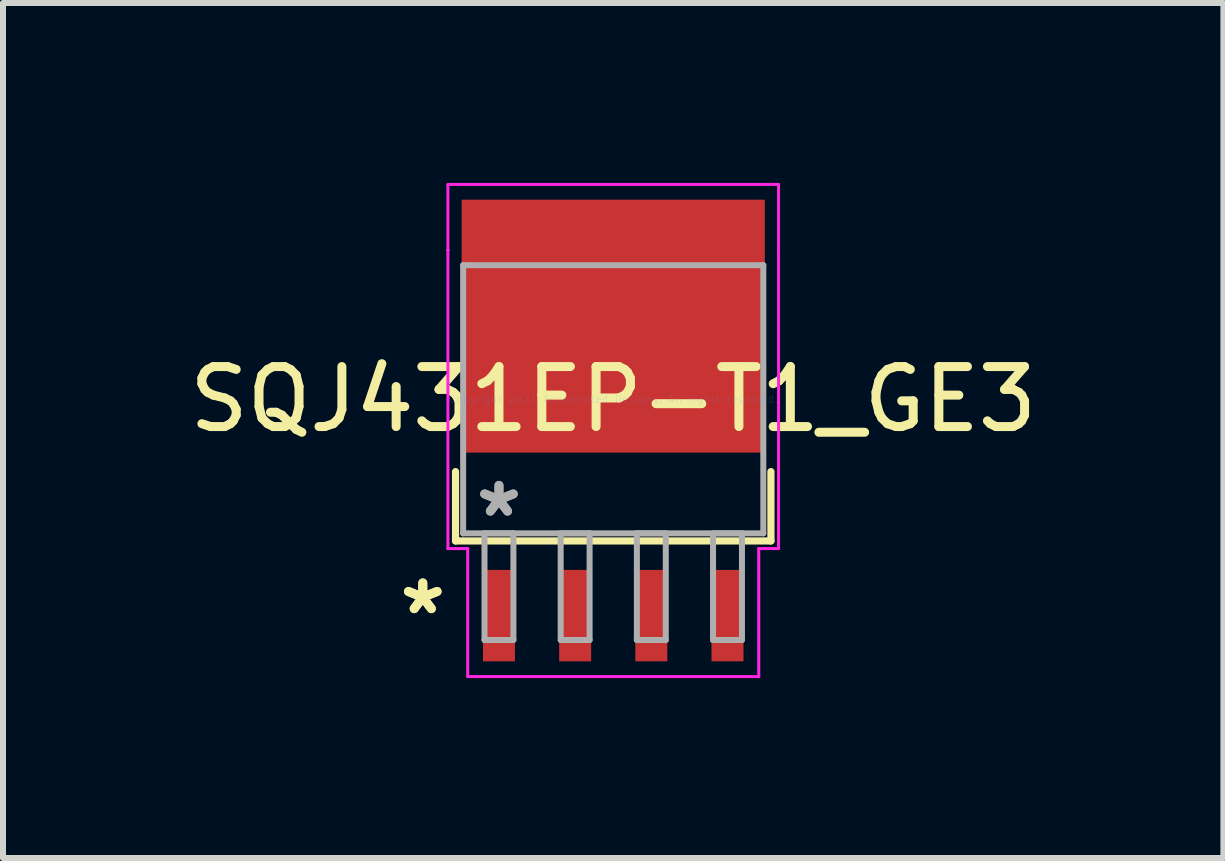
<source format=kicad_pcb>
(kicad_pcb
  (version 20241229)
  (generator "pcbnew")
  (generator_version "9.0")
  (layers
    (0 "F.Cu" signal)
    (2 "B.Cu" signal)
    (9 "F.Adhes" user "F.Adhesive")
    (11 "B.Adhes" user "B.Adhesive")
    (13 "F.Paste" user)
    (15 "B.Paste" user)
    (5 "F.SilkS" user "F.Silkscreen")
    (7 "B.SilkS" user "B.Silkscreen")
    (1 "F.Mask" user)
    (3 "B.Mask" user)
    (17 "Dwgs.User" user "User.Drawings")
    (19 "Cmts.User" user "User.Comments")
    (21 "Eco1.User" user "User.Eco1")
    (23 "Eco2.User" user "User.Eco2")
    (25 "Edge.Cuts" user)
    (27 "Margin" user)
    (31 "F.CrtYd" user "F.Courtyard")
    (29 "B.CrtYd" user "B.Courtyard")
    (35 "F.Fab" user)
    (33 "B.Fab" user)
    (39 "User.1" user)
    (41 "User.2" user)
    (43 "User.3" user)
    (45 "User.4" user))
  (footprint "SQJ431EP-T1_GE3"
    (layer "F.Cu")
    (at 7.173 3.606)
    (property "Reference" "SQJ431EP-T1_GE3" (at 0 0 0) (layer "F.SilkS") (effects (font (size 1 1) (thickness 0.15))))
    (attr through_hole)
    (fp_line (start -2.629 1.206) (end -2.629 2.362) (stroke (width 0.12) (type solid)) (layer "F.SilkS"))
    (fp_line (start -2.629 2.362) (end 2.629 2.362) (stroke (width 0.12) (type solid)) (layer "F.SilkS"))
    (fp_line (start 2.629 2.362) (end 2.629 1.206) (stroke (width 0.12) (type solid)) (layer "F.SilkS"))
    (fp_line (start -2.756 -3.581) (end 2.756 -3.581) (stroke (width 0.05) (type solid)) (layer "F.CrtYd"))
    (fp_line (start -2.756 -2.489) (end -2.756 -3.581) (stroke (width 0.05) (type solid)) (layer "F.CrtYd"))
    (fp_line (start -2.756 -2.489) (end -2.756 -2.489) (stroke (width 0.05) (type solid)) (layer "F.CrtYd"))
    (fp_line (start -2.756 2.489) (end -2.756 -2.489) (stroke (width 0.05) (type solid)) (layer "F.CrtYd"))
    (fp_line (start -2.426 2.489) (end -2.756 2.489) (stroke (width 0.05) (type solid)) (layer "F.CrtYd"))
    (fp_line (start -2.426 4.623) (end -2.426 2.489) (stroke (width 0.05) (type solid)) (layer "F.CrtYd"))
    (fp_line (start 2.426 2.489) (end 2.426 4.623) (stroke (width 0.05) (type solid)) (layer "F.CrtYd"))
    (fp_line (start 2.426 4.623) (end -2.426 4.623) (stroke (width 0.05) (type solid)) (layer "F.CrtYd"))
    (fp_line (start 2.756 -3.581) (end 2.756 -2.489) (stroke (width 0.05) (type solid)) (layer "F.CrtYd"))
    (fp_line (start 2.756 -2.489) (end 2.756 -2.489) (stroke (width 0.05) (type solid)) (layer "F.CrtYd"))
    (fp_line (start 2.756 -2.489) (end 2.756 2.489) (stroke (width 0.05) (type solid)) (layer "F.CrtYd"))
    (fp_line (start 2.756 2.489) (end 2.426 2.489) (stroke (width 0.05) (type solid)) (layer "F.CrtYd"))
    (fp_line (start -2.502 -2.235) (end -2.502 2.235) (stroke (width 0.1) (type solid)) (layer "F.Fab"))
    (fp_line (start -2.502 2.235) (end 2.502 2.235) (stroke (width 0.1) (type solid)) (layer "F.Fab"))
    (fp_line (start -2.146 2.235) (end -2.146 4.013) (stroke (width 0.1) (type solid)) (layer "F.Fab"))
    (fp_line (start -2.146 4.013) (end -1.664 4.013) (stroke (width 0.1) (type solid)) (layer "F.Fab"))
    (fp_line (start -1.664 2.235) (end -2.146 2.235) (stroke (width 0.1) (type solid)) (layer "F.Fab"))
    (fp_line (start -1.664 4.013) (end -1.664 2.235) (stroke (width 0.1) (type solid)) (layer "F.Fab"))
    (fp_line (start -0.876 2.235) (end -0.876 4.013) (stroke (width 0.1) (type solid)) (layer "F.Fab"))
    (fp_line (start -0.876 4.013) (end -0.394 4.013) (stroke (width 0.1) (type solid)) (layer "F.Fab"))
    (fp_line (start -0.394 2.235) (end -0.876 2.235) (stroke (width 0.1) (type solid)) (layer "F.Fab"))
    (fp_line (start -0.394 4.013) (end -0.394 2.235) (stroke (width 0.1) (type solid)) (layer "F.Fab"))
    (fp_line (start 0.394 2.235) (end 0.394 4.013) (stroke (width 0.1) (type solid)) (layer "F.Fab"))
    (fp_line (start 0.394 4.013) (end 0.876 4.013) (stroke (width 0.1) (type solid)) (layer "F.Fab"))
    (fp_line (start 0.876 2.235) (end 0.394 2.235) (stroke (width 0.1) (type solid)) (layer "F.Fab"))
    (fp_line (start 0.876 4.013) (end 0.876 2.235) (stroke (width 0.1) (type solid)) (layer "F.Fab"))
    (fp_line (start 1.664 2.235) (end 1.664 4.013) (stroke (width 0.1) (type solid)) (layer "F.Fab"))
    (fp_line (start 1.664 4.013) (end 2.146 4.013) (stroke (width 0.1) (type solid)) (layer "F.Fab"))
    (fp_line (start 2.146 2.235) (end 1.664 2.235) (stroke (width 0.1) (type solid)) (layer "F.Fab"))
    (fp_line (start 2.146 4.013) (end 2.146 2.235) (stroke (width 0.1) (type solid)) (layer "F.Fab"))
    (fp_line (start 2.502 -2.235) (end -2.502 -2.235) (stroke (width 0.1) (type solid)) (layer "F.Fab"))
    (fp_line (start 2.502 2.235) (end 2.502 -2.235) (stroke (width 0.1) (type solid)) (layer "F.Fab"))
    (fp_text user "*" (at -3.175 3.607 0) (layer "F.SilkS") (effects (font (size 1 1) (thickness 0.15))))
    (fp_text user "*" (at -3.175 3.607 0) (layer "F.SilkS") (effects (font (size 1 1) (thickness 0.15))))
    (fp_text user "Copyright 2021 Accelerated Designs. All rights reserved." (at 0 0 0) (layer "Cmts.User") (effects (font (size 0.127 0.127) (thickness 0.002))))
    (fp_text user "*" (at -1.905 1.981 0) (layer "F.Fab") (effects (font (size 1 1) (thickness 0.15))))
    (fp_text user "*" (at -1.905 1.981 0) (layer "F.Fab") (effects (font (size 1 1) (thickness 0.15))))
    (pad "1" smd rect (at -1.905 3.607) (size 0.533 1.524) (layers "F.Cu" "F.Mask" "F.Paste"))
    (pad "2" smd rect (at -0.635 3.607) (size 0.533 1.524) (layers "F.Cu" "F.Mask" "F.Paste"))
    (pad "3" smd rect (at 0.635 3.607) (size 0.533 1.524) (layers "F.Cu" "F.Mask" "F.Paste"))
    (pad "4" smd rect (at 1.905 3.607) (size 0.533 1.524) (layers "F.Cu" "F.Mask" "F.Paste"))
    (pad "5" smd rect (at 0 -1.219) (size 5.055 4.216) (layers "F.Cu" "F.Mask" "F.Paste")))
  (gr_rect
    (start -3 -3)
    (end 17.345 11.254)
    (stroke (width 0.1) (type default))
    (fill no)
    (layer "Edge.Cuts")))
</source>
